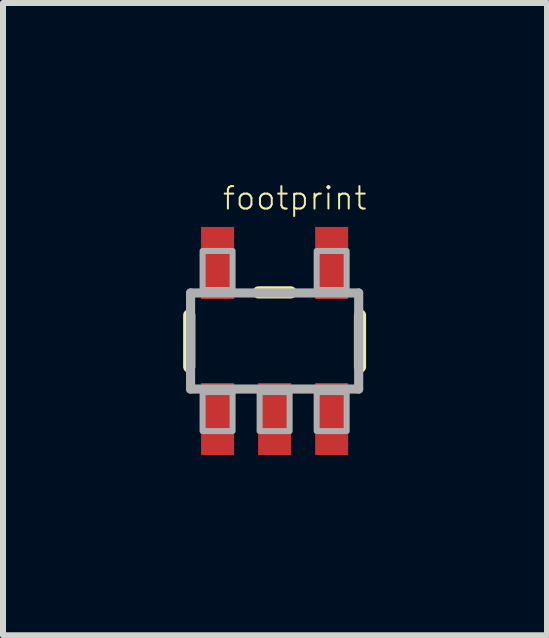
<source format=kicad_pcb>
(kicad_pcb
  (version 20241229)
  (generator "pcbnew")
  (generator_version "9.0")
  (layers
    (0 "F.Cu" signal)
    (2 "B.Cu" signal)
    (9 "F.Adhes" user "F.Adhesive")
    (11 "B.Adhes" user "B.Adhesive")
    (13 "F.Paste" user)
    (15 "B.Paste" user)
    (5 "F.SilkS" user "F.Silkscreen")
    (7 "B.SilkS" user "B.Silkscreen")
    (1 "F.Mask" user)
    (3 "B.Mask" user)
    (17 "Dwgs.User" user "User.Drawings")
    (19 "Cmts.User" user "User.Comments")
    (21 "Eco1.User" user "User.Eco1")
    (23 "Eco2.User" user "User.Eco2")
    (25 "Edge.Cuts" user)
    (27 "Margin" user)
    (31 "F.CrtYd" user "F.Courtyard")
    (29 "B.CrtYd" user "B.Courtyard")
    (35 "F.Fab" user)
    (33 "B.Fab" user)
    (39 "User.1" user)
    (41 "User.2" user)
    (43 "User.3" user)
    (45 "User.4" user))
  (footprint "footprint"
    (layer "F.Cu")
    (at 1.524 2.63)
    (property "Reference" "footprint" (at -0.889 -2.159 0) (layer "F.SilkS") (effects (font (size 0.374 0.374) (thickness 0.033)) (justify left bottom)))
    (fp_line (start -1.422 0.429) (end -1.422 -0.429) (stroke (width 0.203) (type solid)) (layer "F.SilkS"))
    (fp_line (start -0.268 -0.81) (end 0.268 -0.81) (stroke (width 0.203) (type solid)) (layer "F.SilkS"))
    (fp_line (start 1.422 -0.429) (end 1.422 0.429) (stroke (width 0.203) (type solid)) (layer "F.SilkS"))
    (fp_line (start -1.4 -0.8) (end -1.4 0.8) (stroke (width 0.152) (type solid)) (layer "F.Fab"))
    (fp_line (start -1.4 -0.8) (end 1.4 -0.8) (stroke (width 0.152) (type solid)) (layer "F.Fab"))
    (fp_line (start 1.4 -0.8) (end 1.4 0.8) (stroke (width 0.152) (type solid)) (layer "F.Fab"))
    (fp_line (start 1.4 0.8) (end -1.4 0.8) (stroke (width 0.152) (type solid)) (layer "F.Fab"))
    (fp_poly (pts (xy -1.2 -0.85) (xy -0.7 -0.85) (xy -0.7 -1.5) (xy -1.2 -1.5)) (stroke (width 0.1) (type solid)) (fill no) (layer "F.Fab"))
    (fp_poly (pts (xy -1.2 1.5) (xy -0.7 1.5) (xy -0.7 0.85) (xy -1.2 0.85)) (stroke (width 0.1) (type solid)) (fill no) (layer "F.Fab"))
    (fp_poly (pts (xy -0.25 1.5) (xy 0.25 1.5) (xy 0.25 0.85) (xy -0.25 0.85)) (stroke (width 0.1) (type solid)) (fill no) (layer "F.Fab"))
    (fp_poly (pts (xy 0.7 -0.85) (xy 1.2 -0.85) (xy 1.2 -1.5) (xy 0.7 -1.5)) (stroke (width 0.1) (type solid)) (fill no) (layer "F.Fab"))
    (fp_poly (pts (xy 0.7 1.5) (xy 1.2 1.5) (xy 1.2 0.85) (xy 0.7 0.85)) (stroke (width 0.1) (type solid)) (fill no) (layer "F.Fab"))
    (pad "1" smd rect (at -0.95 1.3) (size 0.55 1.2) (layers "F.Cu" "F.Mask" "F.Paste"))
    (pad "2" smd rect (at 0 1.3) (size 0.55 1.2) (layers "F.Cu" "F.Mask" "F.Paste"))
    (pad "3" smd rect (at 0.95 1.3) (size 0.55 1.2) (layers "F.Cu" "F.Mask" "F.Paste"))
    (pad "4" smd rect (at 0.95 -1.3) (size 0.55 1.2) (layers "F.Cu" "F.Mask" "F.Paste"))
    (pad "5" smd rect (at -0.95 -1.3) (size 0.55 1.2) (layers "F.Cu" "F.Mask" "F.Paste")))
  (gr_rect
    (start -3 -3)
    (end 6.061 7.531)
    (stroke (width 0.1) (type default))
    (fill no)
    (layer "Edge.Cuts")))
</source>
